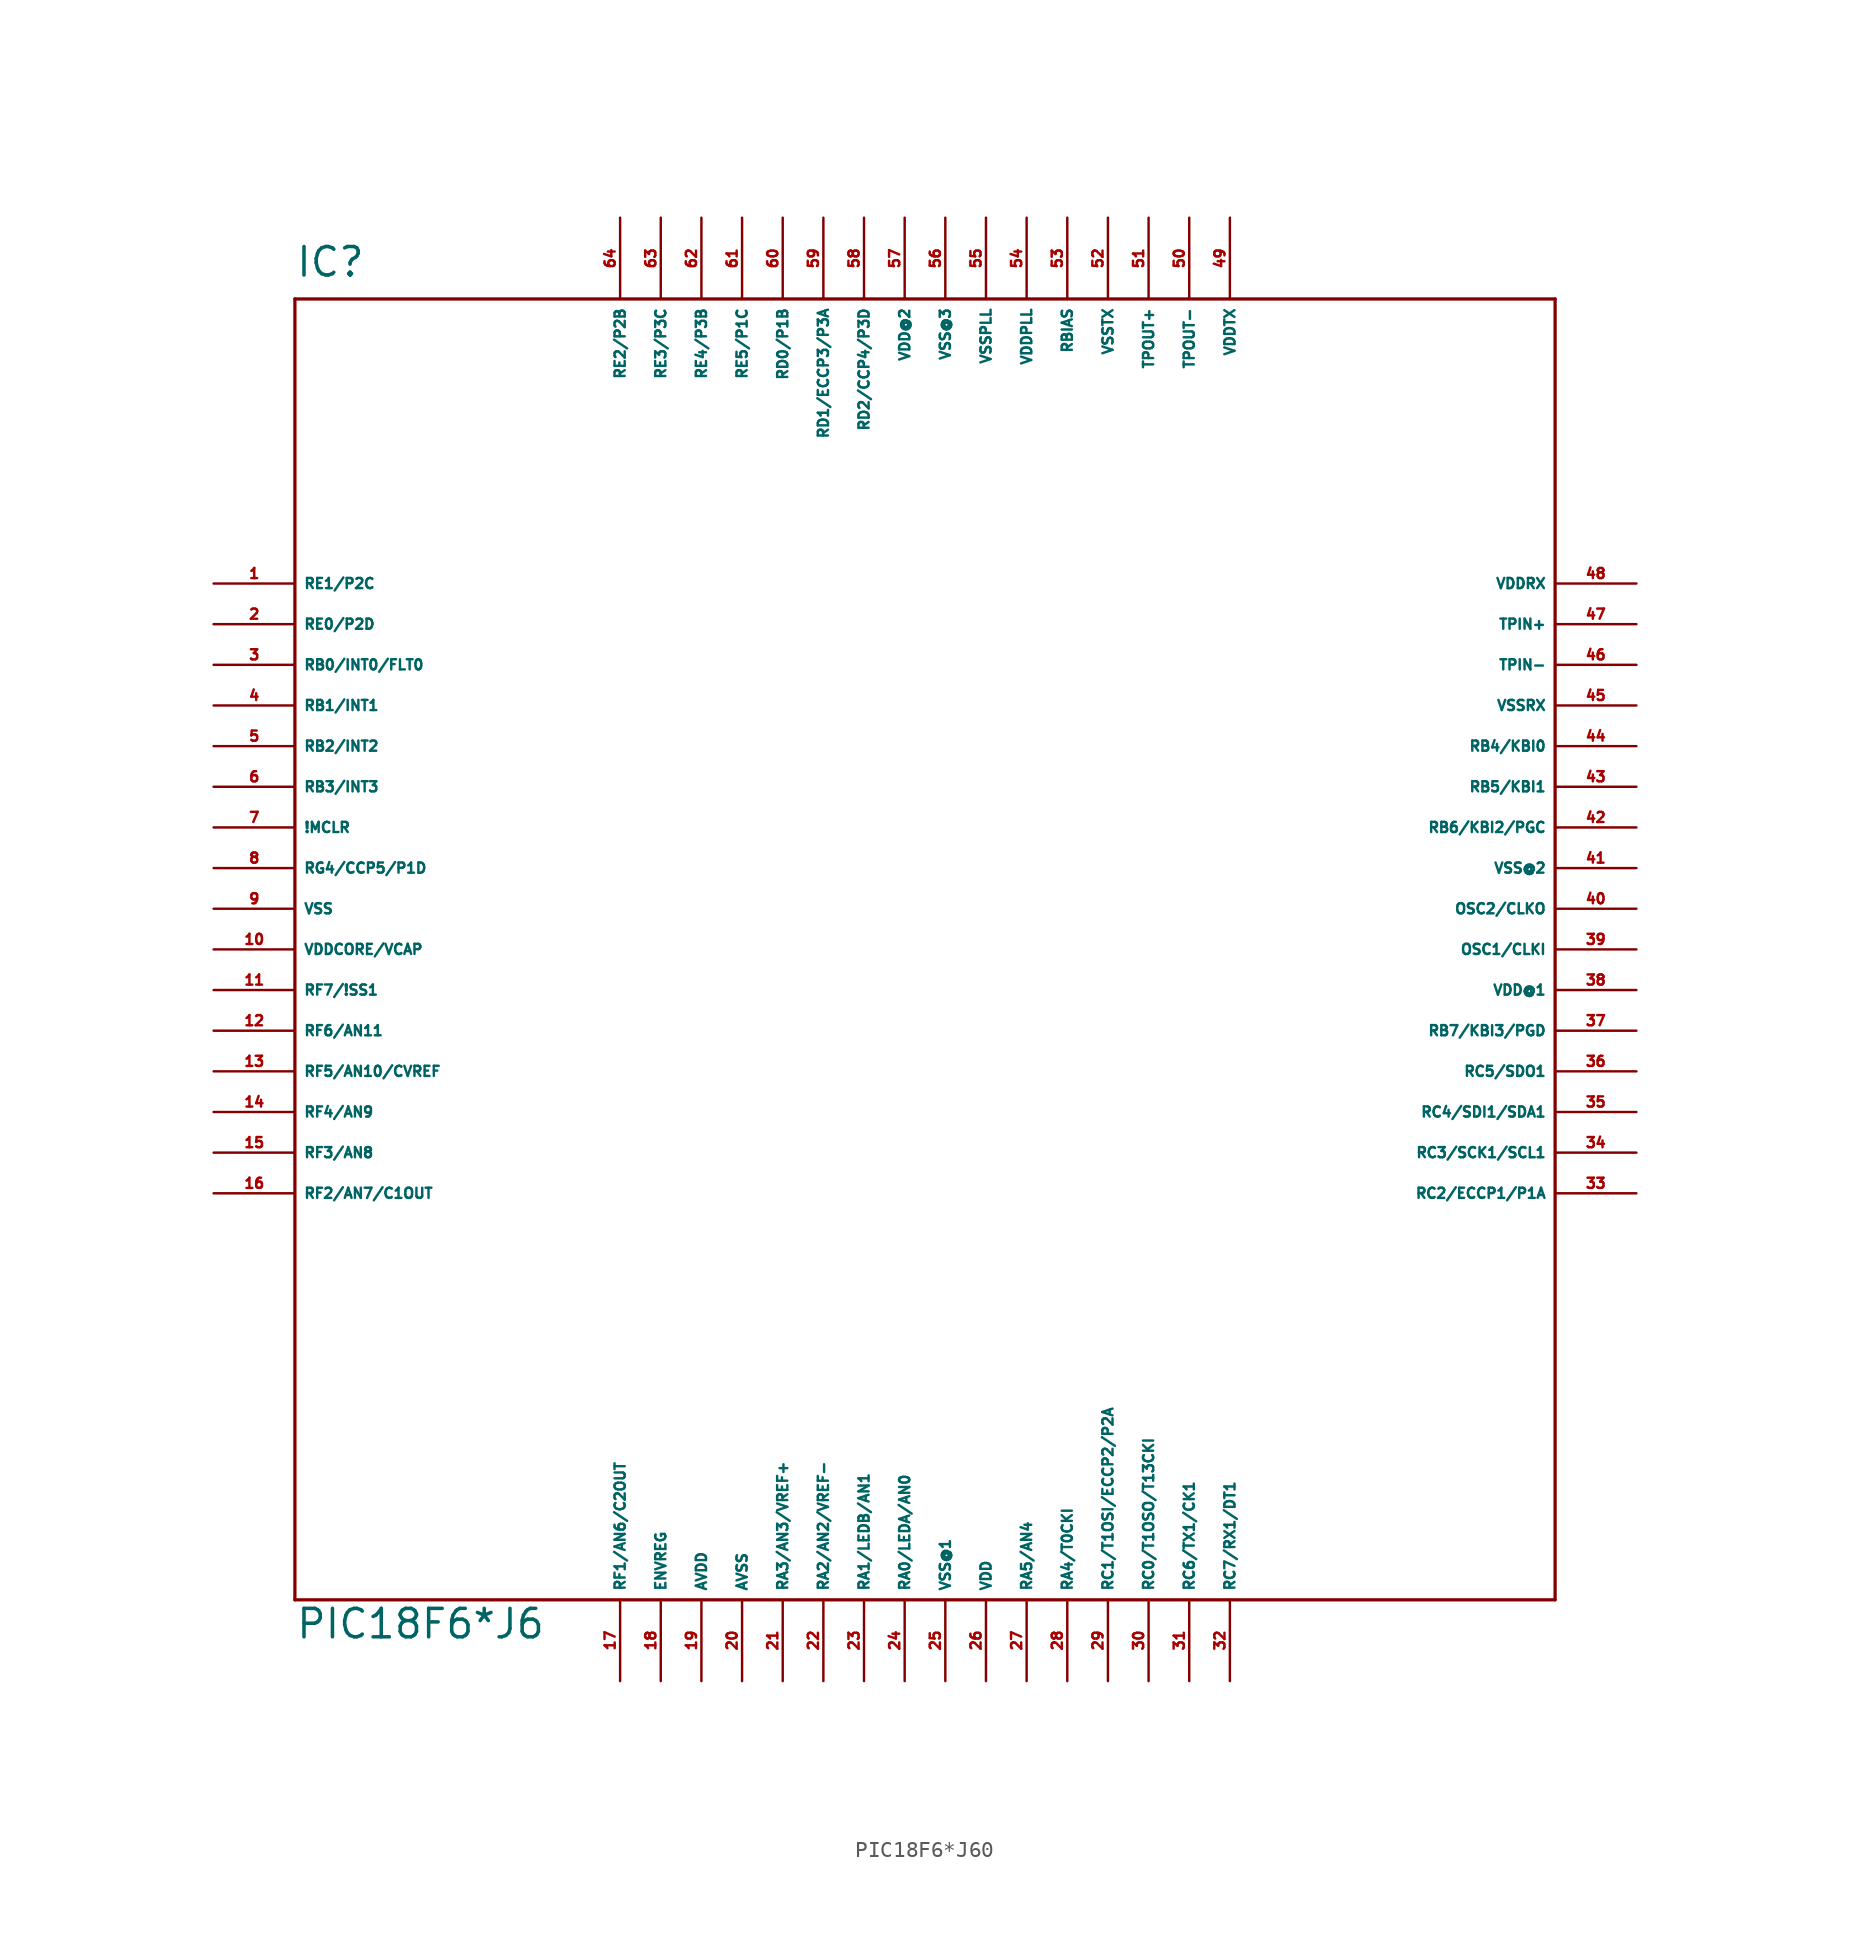
<source format=kicad_sym>
(kicad_symbol_lib
  (version 20220914)
  (generator Eagle2Kicad)
  (symbol "PIC18F6*J60"
    (property "Reference" "IC"
      (at -40.64 41.91 0)
      (effects (font (size 1.778 1.778) (thickness 0.22)) (justify left bottom)))
    (property "Value" "PIC18F6*J6"
      (at -40.64 -43.18 0)
      (effects (font (size 1.778 1.778) (thickness 0.22)) (justify left bottom)))
    (polyline
      (pts (xy -40.64 -40.64) (xy 38.1 -40.64))
      (stroke (width 0.203) (type default))
      (fill (type none)))
    (polyline
      (pts (xy 38.1 -40.64) (xy 38.1 40.64))
      (stroke (width 0.203) (type default))
      (fill (type none)))
    (polyline
      (pts (xy 38.1 40.64) (xy -40.64 40.64))
      (stroke (width 0.203) (type default))
      (fill (type none)))
    (polyline
      (pts (xy -40.64 40.64) (xy -40.64 -40.64))
      (stroke (width 0.203) (type default))
      (fill (type none)))
    (pin bidirectional line
      (at -45.72 22.86 0)
      (length 5.08)
      (name "RE1/P2C" (effects (font (size 0.635 0.635) (thickness 0.08)) (justify left bottom)))
      (number "1" (effects (font (size 0.635 0.635) (thickness 0.08)) (justify left bottom))))
    (pin bidirectional line
      (at -45.72 20.32 0)
      (length 5.08)
      (name "RE0/P2D" (effects (font (size 0.635 0.635) (thickness 0.08)) (justify left bottom)))
      (number "2" (effects (font (size 0.635 0.635) (thickness 0.08)) (justify left bottom))))
    (pin bidirectional line
      (at -45.72 17.78 0)
      (length 5.08)
      (name "RB0/INT0/FLT0" (effects (font (size 0.635 0.635) (thickness 0.08)) (justify left bottom)))
      (number "3" (effects (font (size 0.635 0.635) (thickness 0.08)) (justify left bottom))))
    (pin bidirectional line
      (at -45.72 15.24 0)
      (length 5.08)
      (name "RB1/INT1" (effects (font (size 0.635 0.635) (thickness 0.08)) (justify left bottom)))
      (number "4" (effects (font (size 0.635 0.635) (thickness 0.08)) (justify left bottom))))
    (pin bidirectional line
      (at -45.72 12.7 0)
      (length 5.08)
      (name "RB2/INT2" (effects (font (size 0.635 0.635) (thickness 0.08)) (justify left bottom)))
      (number "5" (effects (font (size 0.635 0.635) (thickness 0.08)) (justify left bottom))))
    (pin bidirectional line
      (at -45.72 10.16 0)
      (length 5.08)
      (name "RB3/INT3" (effects (font (size 0.635 0.635) (thickness 0.08)) (justify left bottom)))
      (number "6" (effects (font (size 0.635 0.635) (thickness 0.08)) (justify left bottom))))
    (pin bidirectional line
      (at -45.72 7.62 0)
      (length 5.08)
      (name "!MCLR" (effects (font (size 0.635 0.635) (thickness 0.08)) (justify left bottom)))
      (number "7" (effects (font (size 0.635 0.635) (thickness 0.08)) (justify left bottom))))
    (pin bidirectional line
      (at -45.72 5.08 0)
      (length 5.08)
      (name "RG4/CCP5/P1D" (effects (font (size 0.635 0.635) (thickness 0.08)) (justify left bottom)))
      (number "8" (effects (font (size 0.635 0.635) (thickness 0.08)) (justify left bottom))))
    (pin bidirectional line
      (at -45.72 2.54 0)
      (length 5.08)
      (name "VSS" (effects (font (size 0.635 0.635) (thickness 0.08)) (justify left bottom)))
      (number "9" (effects (font (size 0.635 0.635) (thickness 0.08)) (justify left bottom))))
    (pin bidirectional line
      (at -45.72 0 0)
      (length 5.08)
      (name "VDDCORE/VCAP" (effects (font (size 0.635 0.635) (thickness 0.08)) (justify left bottom)))
      (number "10" (effects (font (size 0.635 0.635) (thickness 0.08)) (justify left bottom))))
    (pin bidirectional line
      (at -45.72 -2.54 0)
      (length 5.08)
      (name "RF7/!SS1" (effects (font (size 0.635 0.635) (thickness 0.08)) (justify left bottom)))
      (number "11" (effects (font (size 0.635 0.635) (thickness 0.08)) (justify left bottom))))
    (pin bidirectional line
      (at -45.72 -5.08 0)
      (length 5.08)
      (name "RF6/AN11" (effects (font (size 0.635 0.635) (thickness 0.08)) (justify left bottom)))
      (number "12" (effects (font (size 0.635 0.635) (thickness 0.08)) (justify left bottom))))
    (pin bidirectional line
      (at -45.72 -7.62 0)
      (length 5.08)
      (name "RF5/AN10/CVREF" (effects (font (size 0.635 0.635) (thickness 0.08)) (justify left bottom)))
      (number "13" (effects (font (size 0.635 0.635) (thickness 0.08)) (justify left bottom))))
    (pin bidirectional line
      (at -45.72 -10.16 0)
      (length 5.08)
      (name "RF4/AN9" (effects (font (size 0.635 0.635) (thickness 0.08)) (justify left bottom)))
      (number "14" (effects (font (size 0.635 0.635) (thickness 0.08)) (justify left bottom))))
    (pin bidirectional line
      (at -45.72 -12.7 0)
      (length 5.08)
      (name "RF3/AN8" (effects (font (size 0.635 0.635) (thickness 0.08)) (justify left bottom)))
      (number "15" (effects (font (size 0.635 0.635) (thickness 0.08)) (justify left bottom))))
    (pin bidirectional line
      (at -45.72 -15.24 0)
      (length 5.08)
      (name "RF2/AN7/C1OUT" (effects (font (size 0.635 0.635) (thickness 0.08)) (justify left bottom)))
      (number "16" (effects (font (size 0.635 0.635) (thickness 0.08)) (justify left bottom))))
    (pin bidirectional line
      (at -20.32 -45.72 90)
      (length 5.08)
      (name "RF1/AN6/C2OUT" (effects (font (size 0.635 0.635) (thickness 0.08)) (justify left bottom)))
      (number "17" (effects (font (size 0.635 0.635) (thickness 0.08)) (justify left bottom))))
    (pin bidirectional line
      (at -17.78 -45.72 90)
      (length 5.08)
      (name "ENVREG" (effects (font (size 0.635 0.635) (thickness 0.08)) (justify left bottom)))
      (number "18" (effects (font (size 0.635 0.635) (thickness 0.08)) (justify left bottom))))
    (pin bidirectional line
      (at -15.24 -45.72 90)
      (length 5.08)
      (name "AVDD" (effects (font (size 0.635 0.635) (thickness 0.08)) (justify left bottom)))
      (number "19" (effects (font (size 0.635 0.635) (thickness 0.08)) (justify left bottom))))
    (pin bidirectional line
      (at -12.7 -45.72 90)
      (length 5.08)
      (name "AVSS" (effects (font (size 0.635 0.635) (thickness 0.08)) (justify left bottom)))
      (number "20" (effects (font (size 0.635 0.635) (thickness 0.08)) (justify left bottom))))
    (pin bidirectional line
      (at -10.16 -45.72 90)
      (length 5.08)
      (name "RA3/AN3/VREF+" (effects (font (size 0.635 0.635) (thickness 0.08)) (justify left bottom)))
      (number "21" (effects (font (size 0.635 0.635) (thickness 0.08)) (justify left bottom))))
    (pin bidirectional line
      (at -7.62 -45.72 90)
      (length 5.08)
      (name "RA2/AN2/VREF-" (effects (font (size 0.635 0.635) (thickness 0.08)) (justify left bottom)))
      (number "22" (effects (font (size 0.635 0.635) (thickness 0.08)) (justify left bottom))))
    (pin bidirectional line
      (at -5.08 -45.72 90)
      (length 5.08)
      (name "RA1/LEDB/AN1" (effects (font (size 0.635 0.635) (thickness 0.08)) (justify left bottom)))
      (number "23" (effects (font (size 0.635 0.635) (thickness 0.08)) (justify left bottom))))
    (pin bidirectional line
      (at -2.54 -45.72 90)
      (length 5.08)
      (name "RA0/LEDA/AN0" (effects (font (size 0.635 0.635) (thickness 0.08)) (justify left bottom)))
      (number "24" (effects (font (size 0.635 0.635) (thickness 0.08)) (justify left bottom))))
    (pin bidirectional line
      (at 0 -45.72 90)
      (length 5.08)
      (name "VSS@1" (effects (font (size 0.635 0.635) (thickness 0.08)) (justify left bottom)))
      (number "25" (effects (font (size 0.635 0.635) (thickness 0.08)) (justify left bottom))))
    (pin bidirectional line
      (at 2.54 -45.72 90)
      (length 5.08)
      (name "VDD" (effects (font (size 0.635 0.635) (thickness 0.08)) (justify left bottom)))
      (number "26" (effects (font (size 0.635 0.635) (thickness 0.08)) (justify left bottom))))
    (pin bidirectional line
      (at 5.08 -45.72 90)
      (length 5.08)
      (name "RA5/AN4" (effects (font (size 0.635 0.635) (thickness 0.08)) (justify left bottom)))
      (number "27" (effects (font (size 0.635 0.635) (thickness 0.08)) (justify left bottom))))
    (pin bidirectional line
      (at 7.62 -45.72 90)
      (length 5.08)
      (name "RA4/T0CKI" (effects (font (size 0.635 0.635) (thickness 0.08)) (justify left bottom)))
      (number "28" (effects (font (size 0.635 0.635) (thickness 0.08)) (justify left bottom))))
    (pin bidirectional line
      (at 10.16 -45.72 90)
      (length 5.08)
      (name "RC1/T1OSI/ECCP2/P2A" (effects (font (size 0.635 0.635) (thickness 0.08)) (justify left bottom)))
      (number "29" (effects (font (size 0.635 0.635) (thickness 0.08)) (justify left bottom))))
    (pin bidirectional line
      (at 12.7 -45.72 90)
      (length 5.08)
      (name "RC0/T1OSO/T13CKI" (effects (font (size 0.635 0.635) (thickness 0.08)) (justify left bottom)))
      (number "30" (effects (font (size 0.635 0.635) (thickness 0.08)) (justify left bottom))))
    (pin bidirectional line
      (at 15.24 -45.72 90)
      (length 5.08)
      (name "RC6/TX1/CK1" (effects (font (size 0.635 0.635) (thickness 0.08)) (justify left bottom)))
      (number "31" (effects (font (size 0.635 0.635) (thickness 0.08)) (justify left bottom))))
    (pin bidirectional line
      (at 17.78 -45.72 90)
      (length 5.08)
      (name "RC7/RX1/DT1" (effects (font (size 0.635 0.635) (thickness 0.08)) (justify left bottom)))
      (number "32" (effects (font (size 0.635 0.635) (thickness 0.08)) (justify left bottom))))
    (pin bidirectional line
      (at 43.18 -15.24 180)
      (length 5.08)
      (name "RC2/ECCP1/P1A" (effects (font (size 0.635 0.635) (thickness 0.08)) (justify left bottom)))
      (number "33" (effects (font (size 0.635 0.635) (thickness 0.08)) (justify left bottom))))
    (pin bidirectional line
      (at 43.18 -12.7 180)
      (length 5.08)
      (name "RC3/SCK1/SCL1" (effects (font (size 0.635 0.635) (thickness 0.08)) (justify left bottom)))
      (number "34" (effects (font (size 0.635 0.635) (thickness 0.08)) (justify left bottom))))
    (pin bidirectional line
      (at 43.18 -10.16 180)
      (length 5.08)
      (name "RC4/SDI1/SDA1" (effects (font (size 0.635 0.635) (thickness 0.08)) (justify left bottom)))
      (number "35" (effects (font (size 0.635 0.635) (thickness 0.08)) (justify left bottom))))
    (pin bidirectional line
      (at 43.18 -7.62 180)
      (length 5.08)
      (name "RC5/SDO1" (effects (font (size 0.635 0.635) (thickness 0.08)) (justify left bottom)))
      (number "36" (effects (font (size 0.635 0.635) (thickness 0.08)) (justify left bottom))))
    (pin bidirectional line
      (at 43.18 -5.08 180)
      (length 5.08)
      (name "RB7/KBI3/PGD" (effects (font (size 0.635 0.635) (thickness 0.08)) (justify left bottom)))
      (number "37" (effects (font (size 0.635 0.635) (thickness 0.08)) (justify left bottom))))
    (pin bidirectional line
      (at 43.18 -2.54 180)
      (length 5.08)
      (name "VDD@1" (effects (font (size 0.635 0.635) (thickness 0.08)) (justify left bottom)))
      (number "38" (effects (font (size 0.635 0.635) (thickness 0.08)) (justify left bottom))))
    (pin bidirectional line
      (at 43.18 0 180)
      (length 5.08)
      (name "OSC1/CLKI" (effects (font (size 0.635 0.635) (thickness 0.08)) (justify left bottom)))
      (number "39" (effects (font (size 0.635 0.635) (thickness 0.08)) (justify left bottom))))
    (pin bidirectional line
      (at 43.18 2.54 180)
      (length 5.08)
      (name "OSC2/CLKO" (effects (font (size 0.635 0.635) (thickness 0.08)) (justify left bottom)))
      (number "40" (effects (font (size 0.635 0.635) (thickness 0.08)) (justify left bottom))))
    (pin bidirectional line
      (at 43.18 5.08 180)
      (length 5.08)
      (name "VSS@2" (effects (font (size 0.635 0.635) (thickness 0.08)) (justify left bottom)))
      (number "41" (effects (font (size 0.635 0.635) (thickness 0.08)) (justify left bottom))))
    (pin bidirectional line
      (at 43.18 7.62 180)
      (length 5.08)
      (name "RB6/KBI2/PGC" (effects (font (size 0.635 0.635) (thickness 0.08)) (justify left bottom)))
      (number "42" (effects (font (size 0.635 0.635) (thickness 0.08)) (justify left bottom))))
    (pin bidirectional line
      (at 43.18 10.16 180)
      (length 5.08)
      (name "RB5/KBI1" (effects (font (size 0.635 0.635) (thickness 0.08)) (justify left bottom)))
      (number "43" (effects (font (size 0.635 0.635) (thickness 0.08)) (justify left bottom))))
    (pin bidirectional line
      (at 43.18 12.7 180)
      (length 5.08)
      (name "RB4/KBI0" (effects (font (size 0.635 0.635) (thickness 0.08)) (justify left bottom)))
      (number "44" (effects (font (size 0.635 0.635) (thickness 0.08)) (justify left bottom))))
    (pin bidirectional line
      (at 43.18 15.24 180)
      (length 5.08)
      (name "VSSRX" (effects (font (size 0.635 0.635) (thickness 0.08)) (justify left bottom)))
      (number "45" (effects (font (size 0.635 0.635) (thickness 0.08)) (justify left bottom))))
    (pin bidirectional line
      (at 43.18 17.78 180)
      (length 5.08)
      (name "TPIN-" (effects (font (size 0.635 0.635) (thickness 0.08)) (justify left bottom)))
      (number "46" (effects (font (size 0.635 0.635) (thickness 0.08)) (justify left bottom))))
    (pin bidirectional line
      (at 43.18 20.32 180)
      (length 5.08)
      (name "TPIN+" (effects (font (size 0.635 0.635) (thickness 0.08)) (justify left bottom)))
      (number "47" (effects (font (size 0.635 0.635) (thickness 0.08)) (justify left bottom))))
    (pin bidirectional line
      (at 43.18 22.86 180)
      (length 5.08)
      (name "VDDRX" (effects (font (size 0.635 0.635) (thickness 0.08)) (justify left bottom)))
      (number "48" (effects (font (size 0.635 0.635) (thickness 0.08)) (justify left bottom))))
    (pin bidirectional line
      (at 17.78 45.72 270)
      (length 5.08)
      (name "VDDTX" (effects (font (size 0.635 0.635) (thickness 0.08)) (justify left bottom)))
      (number "49" (effects (font (size 0.635 0.635) (thickness 0.08)) (justify left bottom))))
    (pin bidirectional line
      (at 15.24 45.72 270)
      (length 5.08)
      (name "TPOUT-" (effects (font (size 0.635 0.635) (thickness 0.08)) (justify left bottom)))
      (number "50" (effects (font (size 0.635 0.635) (thickness 0.08)) (justify left bottom))))
    (pin bidirectional line
      (at 12.7 45.72 270)
      (length 5.08)
      (name "TPOUT+" (effects (font (size 0.635 0.635) (thickness 0.08)) (justify left bottom)))
      (number "51" (effects (font (size 0.635 0.635) (thickness 0.08)) (justify left bottom))))
    (pin bidirectional line
      (at 10.16 45.72 270)
      (length 5.08)
      (name "VSSTX" (effects (font (size 0.635 0.635) (thickness 0.08)) (justify left bottom)))
      (number "52" (effects (font (size 0.635 0.635) (thickness 0.08)) (justify left bottom))))
    (pin bidirectional line
      (at 7.62 45.72 270)
      (length 5.08)
      (name "RBIAS" (effects (font (size 0.635 0.635) (thickness 0.08)) (justify left bottom)))
      (number "53" (effects (font (size 0.635 0.635) (thickness 0.08)) (justify left bottom))))
    (pin bidirectional line
      (at 5.08 45.72 270)
      (length 5.08)
      (name "VDDPLL" (effects (font (size 0.635 0.635) (thickness 0.08)) (justify left bottom)))
      (number "54" (effects (font (size 0.635 0.635) (thickness 0.08)) (justify left bottom))))
    (pin bidirectional line
      (at 2.54 45.72 270)
      (length 5.08)
      (name "VSSPLL" (effects (font (size 0.635 0.635) (thickness 0.08)) (justify left bottom)))
      (number "55" (effects (font (size 0.635 0.635) (thickness 0.08)) (justify left bottom))))
    (pin bidirectional line
      (at 0 45.72 270)
      (length 5.08)
      (name "VSS@3" (effects (font (size 0.635 0.635) (thickness 0.08)) (justify left bottom)))
      (number "56" (effects (font (size 0.635 0.635) (thickness 0.08)) (justify left bottom))))
    (pin bidirectional line
      (at -2.54 45.72 270)
      (length 5.08)
      (name "VDD@2" (effects (font (size 0.635 0.635) (thickness 0.08)) (justify left bottom)))
      (number "57" (effects (font (size 0.635 0.635) (thickness 0.08)) (justify left bottom))))
    (pin bidirectional line
      (at -5.08 45.72 270)
      (length 5.08)
      (name "RD2/CCP4/P3D" (effects (font (size 0.635 0.635) (thickness 0.08)) (justify left bottom)))
      (number "58" (effects (font (size 0.635 0.635) (thickness 0.08)) (justify left bottom))))
    (pin bidirectional line
      (at -7.62 45.72 270)
      (length 5.08)
      (name "RD1/ECCP3/P3A" (effects (font (size 0.635 0.635) (thickness 0.08)) (justify left bottom)))
      (number "59" (effects (font (size 0.635 0.635) (thickness 0.08)) (justify left bottom))))
    (pin bidirectional line
      (at -10.16 45.72 270)
      (length 5.08)
      (name "RD0/P1B" (effects (font (size 0.635 0.635) (thickness 0.08)) (justify left bottom)))
      (number "60" (effects (font (size 0.635 0.635) (thickness 0.08)) (justify left bottom))))
    (pin bidirectional line
      (at -12.7 45.72 270)
      (length 5.08)
      (name "RE5/P1C" (effects (font (size 0.635 0.635) (thickness 0.08)) (justify left bottom)))
      (number "61" (effects (font (size 0.635 0.635) (thickness 0.08)) (justify left bottom))))
    (pin bidirectional line
      (at -15.24 45.72 270)
      (length 5.08)
      (name "RE4/P3B" (effects (font (size 0.635 0.635) (thickness 0.08)) (justify left bottom)))
      (number "62" (effects (font (size 0.635 0.635) (thickness 0.08)) (justify left bottom))))
    (pin bidirectional line
      (at -17.78 45.72 270)
      (length 5.08)
      (name "RE3/P3C" (effects (font (size 0.635 0.635) (thickness 0.08)) (justify left bottom)))
      (number "63" (effects (font (size 0.635 0.635) (thickness 0.08)) (justify left bottom))))
    (pin bidirectional line
      (at -20.32 45.72 270)
      (length 5.08)
      (name "RE2/P2B" (effects (font (size 0.635 0.635) (thickness 0.08)) (justify left bottom)))
      (number "64" (effects (font (size 0.635 0.635) (thickness 0.08)) (justify left bottom))))))
</source>
